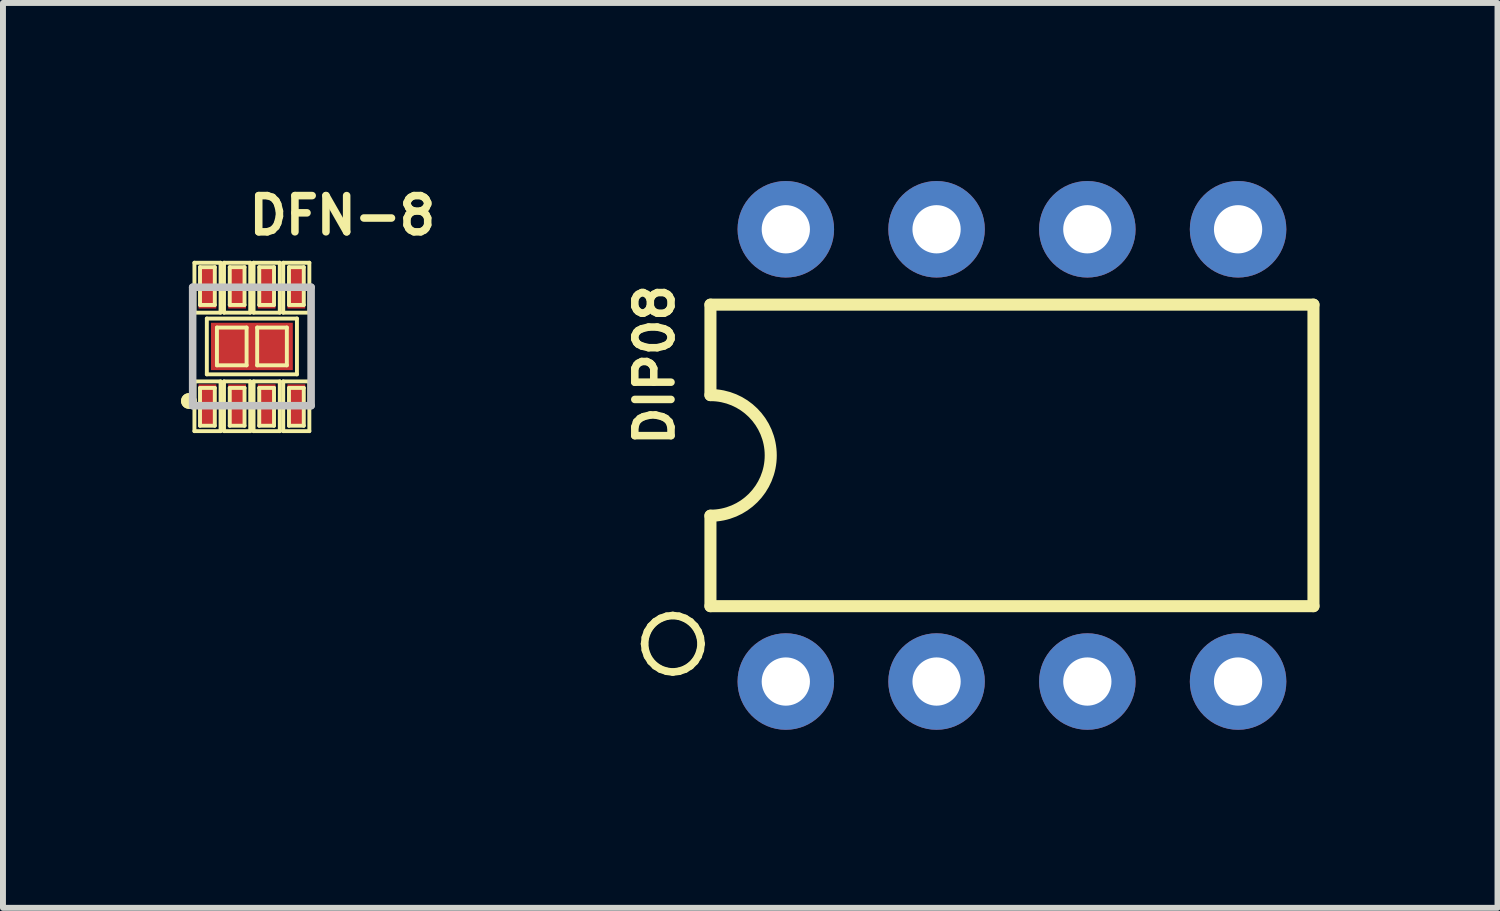
<source format=kicad_pcb>
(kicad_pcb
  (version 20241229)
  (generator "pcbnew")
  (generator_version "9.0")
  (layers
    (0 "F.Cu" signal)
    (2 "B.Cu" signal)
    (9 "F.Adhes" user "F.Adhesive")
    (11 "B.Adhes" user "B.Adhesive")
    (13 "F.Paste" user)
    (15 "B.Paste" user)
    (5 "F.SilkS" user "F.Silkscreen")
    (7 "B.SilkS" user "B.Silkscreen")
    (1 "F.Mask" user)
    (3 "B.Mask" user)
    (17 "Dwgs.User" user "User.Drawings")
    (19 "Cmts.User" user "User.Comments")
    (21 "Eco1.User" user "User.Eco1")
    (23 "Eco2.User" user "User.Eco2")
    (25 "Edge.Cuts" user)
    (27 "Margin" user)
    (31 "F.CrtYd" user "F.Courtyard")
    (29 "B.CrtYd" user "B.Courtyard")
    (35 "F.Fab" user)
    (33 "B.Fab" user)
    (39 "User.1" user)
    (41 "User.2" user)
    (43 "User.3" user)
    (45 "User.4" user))
  (footprint "DIP08"
    (layer "F.Cu")
    (at 14 4.623)
    (property "Reference" "DIP08" (at -6.02 -1.524 90) (layer "F.SilkS") (effects (font (size 0.61 0.61) (thickness 0.127))))
    (attr exclude_from_pos_files exclude_from_bom)
    (fp_line (start -6.19 3.175) (end -6.177 3.068) (stroke (width 0.127) (type solid)) (layer "F.SilkS"))
    (fp_line (start -6.177 3.068) (end -6.142 2.967) (stroke (width 0.127) (type solid)) (layer "F.SilkS"))
    (fp_line (start -6.177 3.279) (end -6.19 3.175) (stroke (width 0.127) (type solid)) (layer "F.SilkS"))
    (fp_line (start -6.142 2.967) (end -6.086 2.878) (stroke (width 0.127) (type solid)) (layer "F.SilkS"))
    (fp_line (start -6.142 3.381) (end -6.177 3.279) (stroke (width 0.127) (type solid)) (layer "F.SilkS"))
    (fp_line (start -6.086 2.878) (end -6.01 2.802) (stroke (width 0.127) (type solid)) (layer "F.SilkS"))
    (fp_line (start -6.086 3.47) (end -6.142 3.381) (stroke (width 0.127) (type solid)) (layer "F.SilkS"))
    (fp_line (start -6.01 2.802) (end -5.921 2.746) (stroke (width 0.127) (type solid)) (layer "F.SilkS"))
    (fp_line (start -6.01 3.546) (end -6.086 3.47) (stroke (width 0.127) (type solid)) (layer "F.SilkS"))
    (fp_line (start -5.921 2.746) (end -5.819 2.71) (stroke (width 0.127) (type solid)) (layer "F.SilkS"))
    (fp_line (start -5.921 3.602) (end -6.01 3.546) (stroke (width 0.127) (type solid)) (layer "F.SilkS"))
    (fp_line (start -5.819 2.71) (end -5.715 2.697) (stroke (width 0.127) (type solid)) (layer "F.SilkS"))
    (fp_line (start -5.819 3.637) (end -5.921 3.602) (stroke (width 0.127) (type solid)) (layer "F.SilkS"))
    (fp_line (start -5.715 2.697) (end -5.608 2.71) (stroke (width 0.127) (type solid)) (layer "F.SilkS"))
    (fp_line (start -5.715 3.65) (end -5.819 3.637) (stroke (width 0.127) (type solid)) (layer "F.SilkS"))
    (fp_line (start -5.608 2.71) (end -5.507 2.746) (stroke (width 0.127) (type solid)) (layer "F.SilkS"))
    (fp_line (start -5.608 3.637) (end -5.715 3.65) (stroke (width 0.127) (type solid)) (layer "F.SilkS"))
    (fp_line (start -5.507 2.746) (end -5.418 2.802) (stroke (width 0.127) (type solid)) (layer "F.SilkS"))
    (fp_line (start -5.507 3.602) (end -5.608 3.637) (stroke (width 0.127) (type solid)) (layer "F.SilkS"))
    (fp_line (start -5.418 2.802) (end -5.342 2.878) (stroke (width 0.127) (type solid)) (layer "F.SilkS"))
    (fp_line (start -5.418 3.546) (end -5.507 3.602) (stroke (width 0.127) (type solid)) (layer "F.SilkS"))
    (fp_line (start -5.342 2.878) (end -5.286 2.967) (stroke (width 0.127) (type solid)) (layer "F.SilkS"))
    (fp_line (start -5.342 3.47) (end -5.418 3.546) (stroke (width 0.127) (type solid)) (layer "F.SilkS"))
    (fp_line (start -5.286 2.967) (end -5.25 3.068) (stroke (width 0.127) (type solid)) (layer "F.SilkS"))
    (fp_line (start -5.286 3.381) (end -5.342 3.47) (stroke (width 0.127) (type solid)) (layer "F.SilkS"))
    (fp_line (start -5.25 3.068) (end -5.237 3.175) (stroke (width 0.127) (type solid)) (layer "F.SilkS"))
    (fp_line (start -5.25 3.279) (end -5.286 3.381) (stroke (width 0.127) (type solid)) (layer "F.SilkS"))
    (fp_line (start -5.237 3.175) (end -5.25 3.279) (stroke (width 0.127) (type solid)) (layer "F.SilkS"))
    (fp_line (start -5.08 -2.54) (end -5.08 -1.016) (stroke (width 0.203) (type solid)) (layer "F.SilkS"))
    (fp_line (start -5.08 2.54) (end -5.08 1.016) (stroke (width 0.203) (type solid)) (layer "F.SilkS"))
    (fp_line (start -5.08 2.54) (end 5.08 2.54) (stroke (width 0.203) (type solid)) (layer "F.SilkS"))
    (fp_line (start 5.08 -2.54) (end -5.08 -2.54) (stroke (width 0.203) (type solid)) (layer "F.SilkS"))
    (fp_line (start 5.08 -2.54) (end 5.08 2.54) (stroke (width 0.203) (type solid)) (layer "F.SilkS"))
    (fp_arc (start -5.08 -1.016) (mid -4.064 0) (end -5.08 1.016) (stroke (width 0.2032) (type solid)) (layer "F.SilkS"))
    (pad "1" thru_hole circle (at -3.81 3.81) (size 1.626 1.626) (drill 0.813) (layers "*.Cu" "*.Paste" "*.Mask"))
    (pad "2" thru_hole circle (at -1.27 3.81) (size 1.626 1.626) (drill 0.813) (layers "*.Cu" "*.Paste" "*.Mask"))
    (pad "3" thru_hole circle (at 1.27 3.81) (size 1.626 1.626) (drill 0.813) (layers "*.Cu" "*.Paste" "*.Mask"))
    (pad "4" thru_hole circle (at 3.81 3.81) (size 1.626 1.626) (drill 0.813) (layers "*.Cu" "*.Paste" "*.Mask"))
    (pad "5" thru_hole circle (at 3.81 -3.81) (size 1.626 1.626) (drill 0.813) (layers "*.Cu" "*.Paste" "*.Mask"))
    (pad "6" thru_hole circle (at 1.27 -3.81) (size 1.626 1.626) (drill 0.813) (layers "*.Cu" "*.Paste" "*.Mask"))
    (pad "7" thru_hole circle (at -1.27 -3.81) (size 1.626 1.626) (drill 0.813) (layers "*.Cu" "*.Paste" "*.Mask"))
    (pad "8" thru_hole circle (at -3.81 -3.81) (size 1.626 1.626) (drill 0.813) (layers "*.Cu" "*.Paste" "*.Mask")))
  (footprint "DFN-8"
    (layer "F.Cu")
    (at 1.194 2.787)
    (property "Reference" "DFN-8" (at 1.524 -2.207 0) (layer "F.SilkS") (effects (font (size 0.61 0.61) (thickness 0.127))))
    (attr smd)
    (fp_line (start -0.968 -1.41) (end -0.528 -1.41) (stroke (width 0.066) (type solid)) (layer "F.SilkS"))
    (fp_line (start -0.968 -0.569) (end -0.968 -1.41) (stroke (width 0.066) (type solid)) (layer "F.SilkS"))
    (fp_line (start -0.968 -0.569) (end -0.528 -0.569) (stroke (width 0.066) (type solid)) (layer "F.SilkS"))
    (fp_line (start -0.968 0.589) (end -0.528 0.589) (stroke (width 0.066) (type solid)) (layer "F.SilkS"))
    (fp_line (start -0.968 1.427) (end -0.968 0.589) (stroke (width 0.066) (type solid)) (layer "F.SilkS"))
    (fp_line (start -0.968 1.427) (end -0.528 1.427) (stroke (width 0.066) (type solid)) (layer "F.SilkS"))
    (fp_line (start -0.874 -1.336) (end -0.625 -1.336) (stroke (width 0.066) (type solid)) (layer "F.SilkS"))
    (fp_line (start -0.874 -0.699) (end -0.874 -1.336) (stroke (width 0.066) (type solid)) (layer "F.SilkS"))
    (fp_line (start -0.874 -0.699) (end -0.625 -0.699) (stroke (width 0.066) (type solid)) (layer "F.SilkS"))
    (fp_line (start -0.874 0.699) (end -0.625 0.699) (stroke (width 0.066) (type solid)) (layer "F.SilkS"))
    (fp_line (start -0.874 1.336) (end -0.874 0.699) (stroke (width 0.066) (type solid)) (layer "F.SilkS"))
    (fp_line (start -0.874 1.336) (end -0.625 1.336) (stroke (width 0.066) (type solid)) (layer "F.SilkS"))
    (fp_line (start -0.759 -0.47) (end 0.759 -0.47) (stroke (width 0.066) (type solid)) (layer "F.SilkS"))
    (fp_line (start -0.759 0.47) (end -0.759 -0.47) (stroke (width 0.066) (type solid)) (layer "F.SilkS"))
    (fp_line (start -0.759 0.47) (end 0.759 0.47) (stroke (width 0.066) (type solid)) (layer "F.SilkS"))
    (fp_line (start -0.625 -0.699) (end -0.625 -1.336) (stroke (width 0.066) (type solid)) (layer "F.SilkS"))
    (fp_line (start -0.625 1.336) (end -0.625 0.699) (stroke (width 0.066) (type solid)) (layer "F.SilkS"))
    (fp_line (start -0.589 -0.318) (end -0.089 -0.318) (stroke (width 0.066) (type solid)) (layer "F.SilkS"))
    (fp_line (start -0.589 0.318) (end -0.589 -0.318) (stroke (width 0.066) (type solid)) (layer "F.SilkS"))
    (fp_line (start -0.589 0.318) (end -0.089 0.318) (stroke (width 0.066) (type solid)) (layer "F.SilkS"))
    (fp_line (start -0.528 -0.569) (end -0.528 -1.41) (stroke (width 0.066) (type solid)) (layer "F.SilkS"))
    (fp_line (start -0.528 1.427) (end -0.528 0.589) (stroke (width 0.066) (type solid)) (layer "F.SilkS"))
    (fp_line (start -0.47 -1.41) (end -0.028 -1.41) (stroke (width 0.066) (type solid)) (layer "F.SilkS"))
    (fp_line (start -0.47 -0.569) (end -0.47 -1.41) (stroke (width 0.066) (type solid)) (layer "F.SilkS"))
    (fp_line (start -0.47 -0.569) (end -0.028 -0.569) (stroke (width 0.066) (type solid)) (layer "F.SilkS"))
    (fp_line (start -0.47 0.589) (end -0.028 0.589) (stroke (width 0.066) (type solid)) (layer "F.SilkS"))
    (fp_line (start -0.47 1.427) (end -0.47 0.589) (stroke (width 0.066) (type solid)) (layer "F.SilkS"))
    (fp_line (start -0.47 1.427) (end -0.028 1.427) (stroke (width 0.066) (type solid)) (layer "F.SilkS"))
    (fp_line (start -0.373 -1.336) (end -0.124 -1.336) (stroke (width 0.066) (type solid)) (layer "F.SilkS"))
    (fp_line (start -0.373 -0.699) (end -0.373 -1.336) (stroke (width 0.066) (type solid)) (layer "F.SilkS"))
    (fp_line (start -0.373 -0.699) (end -0.124 -0.699) (stroke (width 0.066) (type solid)) (layer "F.SilkS"))
    (fp_line (start -0.373 0.699) (end -0.124 0.699) (stroke (width 0.066) (type solid)) (layer "F.SilkS"))
    (fp_line (start -0.373 1.336) (end -0.373 0.699) (stroke (width 0.066) (type solid)) (layer "F.SilkS"))
    (fp_line (start -0.373 1.336) (end -0.124 1.336) (stroke (width 0.066) (type solid)) (layer "F.SilkS"))
    (fp_line (start -0.124 -0.699) (end -0.124 -1.336) (stroke (width 0.066) (type solid)) (layer "F.SilkS"))
    (fp_line (start -0.124 1.336) (end -0.124 0.699) (stroke (width 0.066) (type solid)) (layer "F.SilkS"))
    (fp_line (start -0.089 0.318) (end -0.089 -0.318) (stroke (width 0.066) (type solid)) (layer "F.SilkS"))
    (fp_line (start -0.028 -0.569) (end -0.028 -1.41) (stroke (width 0.066) (type solid)) (layer "F.SilkS"))
    (fp_line (start -0.028 1.427) (end -0.028 0.589) (stroke (width 0.066) (type solid)) (layer "F.SilkS"))
    (fp_line (start 0.028 -1.41) (end 0.47 -1.41) (stroke (width 0.066) (type solid)) (layer "F.SilkS"))
    (fp_line (start 0.028 -0.569) (end 0.028 -1.41) (stroke (width 0.066) (type solid)) (layer "F.SilkS"))
    (fp_line (start 0.028 -0.569) (end 0.47 -0.569) (stroke (width 0.066) (type solid)) (layer "F.SilkS"))
    (fp_line (start 0.028 0.589) (end 0.47 0.589) (stroke (width 0.066) (type solid)) (layer "F.SilkS"))
    (fp_line (start 0.028 1.427) (end 0.028 0.589) (stroke (width 0.066) (type solid)) (layer "F.SilkS"))
    (fp_line (start 0.028 1.427) (end 0.47 1.427) (stroke (width 0.066) (type solid)) (layer "F.SilkS"))
    (fp_line (start 0.089 -0.318) (end 0.589 -0.318) (stroke (width 0.066) (type solid)) (layer "F.SilkS"))
    (fp_line (start 0.089 0.318) (end 0.089 -0.318) (stroke (width 0.066) (type solid)) (layer "F.SilkS"))
    (fp_line (start 0.089 0.318) (end 0.589 0.318) (stroke (width 0.066) (type solid)) (layer "F.SilkS"))
    (fp_line (start 0.124 -1.336) (end 0.373 -1.336) (stroke (width 0.066) (type solid)) (layer "F.SilkS"))
    (fp_line (start 0.124 -0.699) (end 0.124 -1.336) (stroke (width 0.066) (type solid)) (layer "F.SilkS"))
    (fp_line (start 0.124 -0.699) (end 0.373 -0.699) (stroke (width 0.066) (type solid)) (layer "F.SilkS"))
    (fp_line (start 0.124 0.699) (end 0.373 0.699) (stroke (width 0.066) (type solid)) (layer "F.SilkS"))
    (fp_line (start 0.124 1.336) (end 0.124 0.699) (stroke (width 0.066) (type solid)) (layer "F.SilkS"))
    (fp_line (start 0.124 1.336) (end 0.373 1.336) (stroke (width 0.066) (type solid)) (layer "F.SilkS"))
    (fp_line (start 0.373 -0.699) (end 0.373 -1.336) (stroke (width 0.066) (type solid)) (layer "F.SilkS"))
    (fp_line (start 0.373 1.336) (end 0.373 0.699) (stroke (width 0.066) (type solid)) (layer "F.SilkS"))
    (fp_line (start 0.47 -0.569) (end 0.47 -1.41) (stroke (width 0.066) (type solid)) (layer "F.SilkS"))
    (fp_line (start 0.47 1.427) (end 0.47 0.589) (stroke (width 0.066) (type solid)) (layer "F.SilkS"))
    (fp_line (start 0.528 -1.41) (end 0.968 -1.41) (stroke (width 0.066) (type solid)) (layer "F.SilkS"))
    (fp_line (start 0.528 -0.569) (end 0.528 -1.41) (stroke (width 0.066) (type solid)) (layer "F.SilkS"))
    (fp_line (start 0.528 -0.569) (end 0.968 -0.569) (stroke (width 0.066) (type solid)) (layer "F.SilkS"))
    (fp_line (start 0.528 0.589) (end 0.968 0.589) (stroke (width 0.066) (type solid)) (layer "F.SilkS"))
    (fp_line (start 0.528 1.427) (end 0.528 0.589) (stroke (width 0.066) (type solid)) (layer "F.SilkS"))
    (fp_line (start 0.528 1.427) (end 0.968 1.427) (stroke (width 0.066) (type solid)) (layer "F.SilkS"))
    (fp_line (start 0.589 0.318) (end 0.589 -0.318) (stroke (width 0.066) (type solid)) (layer "F.SilkS"))
    (fp_line (start 0.625 -1.336) (end 0.874 -1.336) (stroke (width 0.066) (type solid)) (layer "F.SilkS"))
    (fp_line (start 0.625 -0.699) (end 0.625 -1.336) (stroke (width 0.066) (type solid)) (layer "F.SilkS"))
    (fp_line (start 0.625 -0.699) (end 0.874 -0.699) (stroke (width 0.066) (type solid)) (layer "F.SilkS"))
    (fp_line (start 0.625 0.699) (end 0.874 0.699) (stroke (width 0.066) (type solid)) (layer "F.SilkS"))
    (fp_line (start 0.625 1.336) (end 0.625 0.699) (stroke (width 0.066) (type solid)) (layer "F.SilkS"))
    (fp_line (start 0.625 1.336) (end 0.874 1.336) (stroke (width 0.066) (type solid)) (layer "F.SilkS"))
    (fp_line (start 0.759 0.47) (end 0.759 -0.47) (stroke (width 0.066) (type solid)) (layer "F.SilkS"))
    (fp_line (start 0.874 -0.699) (end 0.874 -1.336) (stroke (width 0.066) (type solid)) (layer "F.SilkS"))
    (fp_line (start 0.874 1.336) (end 0.874 0.699) (stroke (width 0.066) (type solid)) (layer "F.SilkS"))
    (fp_line (start 0.968 -0.569) (end 0.968 -1.41) (stroke (width 0.066) (type solid)) (layer "F.SilkS"))
    (fp_line (start 0.968 1.427) (end 0.968 0.589) (stroke (width 0.066) (type solid)) (layer "F.SilkS"))
    (fp_circle (center -1.062 0.919) (end -1.062 0.851) (stroke (width 0.127) (type solid)) (fill no) (layer "F.SilkS"))
    (fp_circle (center -1.062 0.919) (end -1.062 0.851) (stroke (width 0.127) (type solid)) (fill no) (layer "F.SilkS"))
    (fp_line (start -0.998 -0.998) (end 0.998 -0.998) (stroke (width 0.127) (type solid)) (layer "Dwgs.User"))
    (fp_line (start -0.998 0.998) (end -0.998 -0.998) (stroke (width 0.127) (type solid)) (layer "Dwgs.User"))
    (fp_line (start 0.998 -0.998) (end 0.998 0.998) (stroke (width 0.127) (type solid)) (layer "Dwgs.User"))
    (fp_line (start 0.998 0.998) (end -0.998 0.998) (stroke (width 0.127) (type solid)) (layer "Dwgs.User"))
    (pad "P$1" smd rect (at -0.749 0.988 90) (size 0.699 0.3) (layers "F.Cu" "F.Mask" "F.Paste"))
    (pad "P$2" smd rect (at -0.249 0.988 90) (size 0.699 0.3) (layers "F.Cu" "F.Mask" "F.Paste"))
    (pad "P$3" smd rect (at 0.249 0.988 90) (size 0.699 0.3) (layers "F.Cu" "F.Mask" "F.Paste"))
    (pad "P$4" smd rect (at 0.749 0.988 90) (size 0.699 0.3) (layers "F.Cu" "F.Mask" "F.Paste"))
    (pad "P$5" smd rect (at 0.749 -0.988 90) (size 0.699 0.3) (layers "F.Cu" "F.Mask" "F.Paste"))
    (pad "P$6" smd rect (at 0.249 -0.988 90) (size 0.699 0.3) (layers "F.Cu" "F.Mask" "F.Paste"))
    (pad "P$7" smd rect (at -0.249 -0.988 90) (size 0.699 0.3) (layers "F.Cu" "F.Mask" "F.Paste"))
    (pad "P$8" smd rect (at -0.749 -0.988 90) (size 0.699 0.3) (layers "F.Cu" "F.Mask" "F.Paste"))
    (pad "P$9" smd rect (at 0 0) (size 1.379 0.798) (layers "F.Cu" "F.Mask" "F.Paste")))
  (gr_rect
    (start -3 -3)
    (end 22.181 12.246)
    (stroke (width 0.1) (type default))
    (fill no)
    (layer "Edge.Cuts")))
</source>
